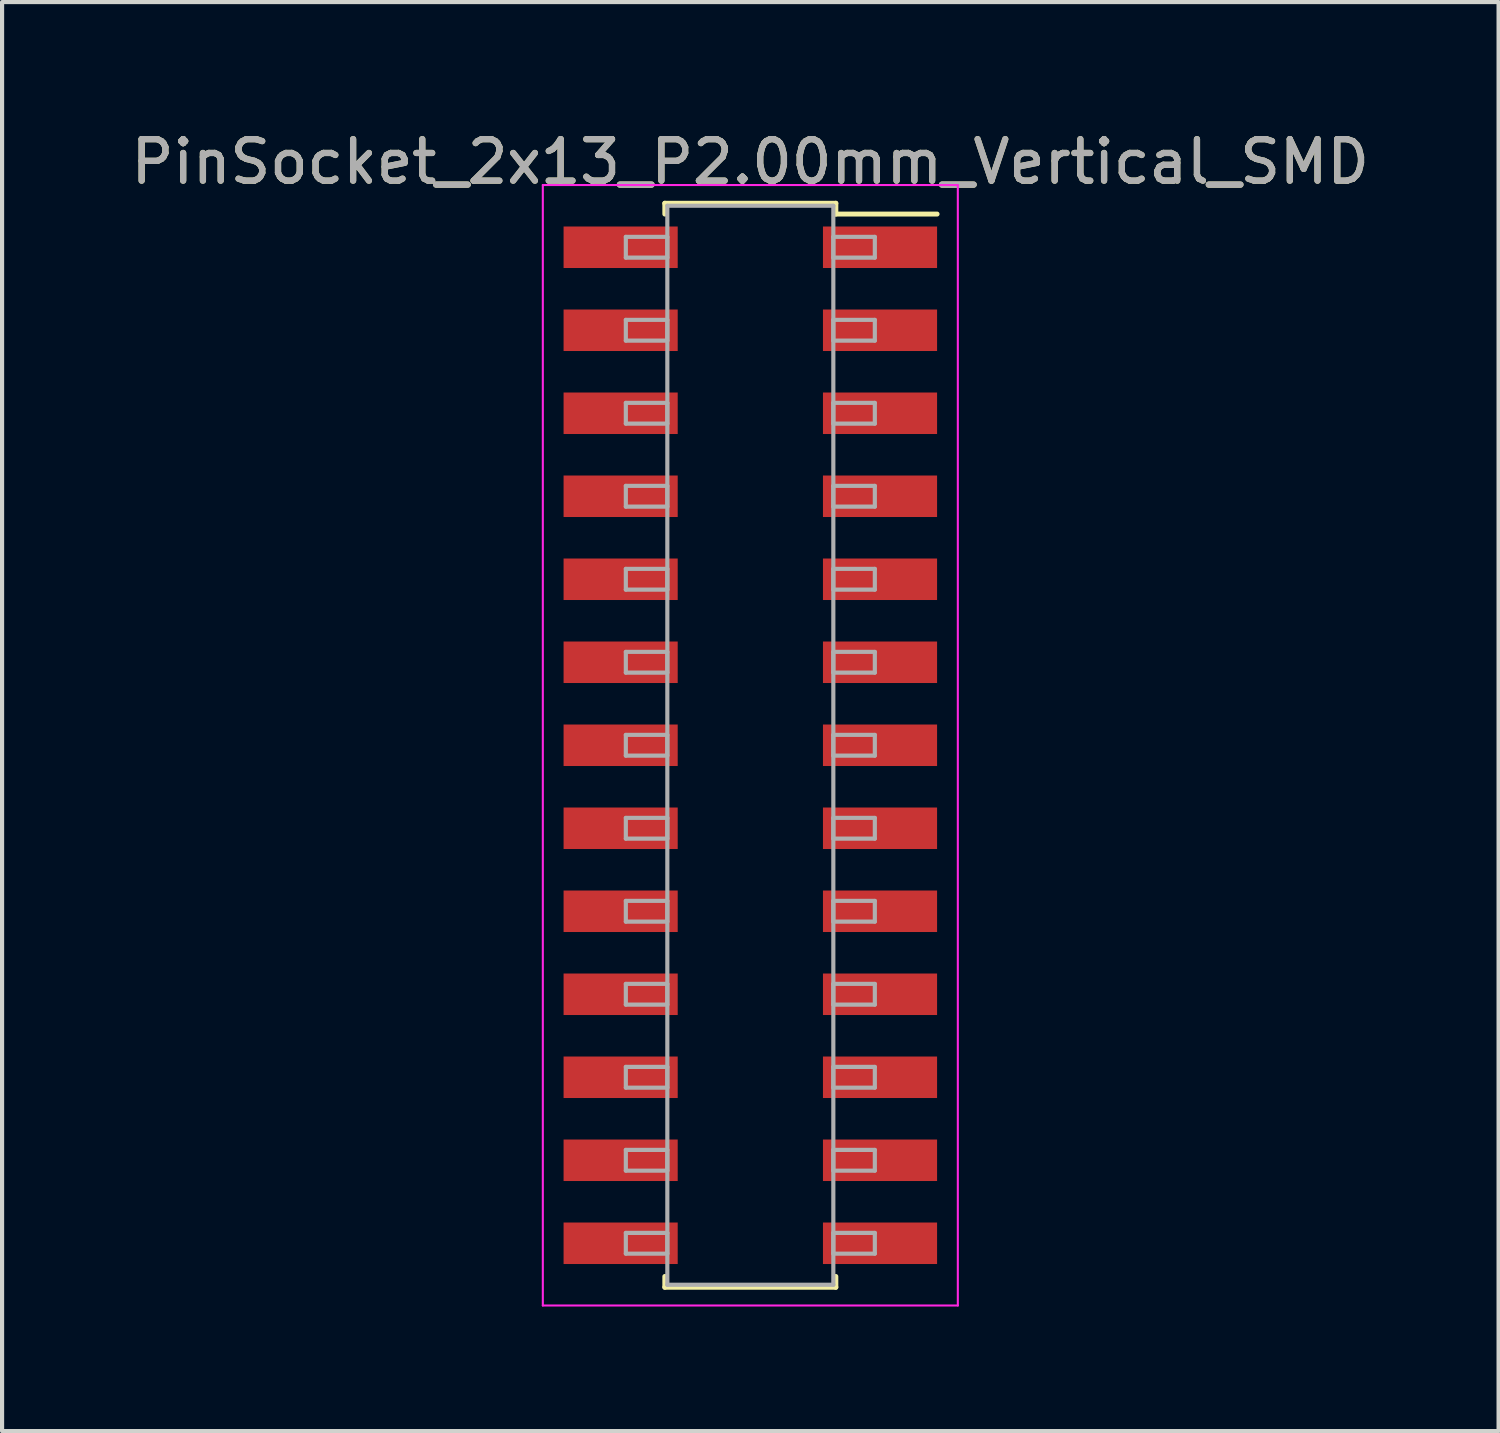
<source format=kicad_pcb>
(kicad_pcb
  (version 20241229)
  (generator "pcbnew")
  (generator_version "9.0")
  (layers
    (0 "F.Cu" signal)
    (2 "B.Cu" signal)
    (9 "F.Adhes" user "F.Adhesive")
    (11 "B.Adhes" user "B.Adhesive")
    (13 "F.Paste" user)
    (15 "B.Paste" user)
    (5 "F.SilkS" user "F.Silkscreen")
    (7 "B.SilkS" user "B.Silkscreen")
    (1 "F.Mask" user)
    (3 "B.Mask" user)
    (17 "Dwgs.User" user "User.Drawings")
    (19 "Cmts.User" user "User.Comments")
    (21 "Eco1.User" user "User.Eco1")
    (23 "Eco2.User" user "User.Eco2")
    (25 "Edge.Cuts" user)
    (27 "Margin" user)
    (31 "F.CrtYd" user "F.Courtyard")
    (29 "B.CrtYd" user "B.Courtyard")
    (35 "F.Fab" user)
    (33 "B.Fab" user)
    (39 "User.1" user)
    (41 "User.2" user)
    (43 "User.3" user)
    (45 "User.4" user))
  (footprint "PinSocket_2x13_P2.00mm_Vertical_SMD"
    (layer "F.Cu")
    (at 15.03 14.908)
    (property "Reference" "PinSocket_2x13_P2.00mm_Vertical_SMD" (at 0 -14.06 0) (layer "F.SilkS") (effects (font (size 1 1) (thickness 0.15))))
    (attr smd)
    (fp_line (start -2.06 -13.06) (end 2.06 -13.06) (stroke (width 0.12) (type solid)) (layer "F.SilkS"))
    (fp_line (start -2.06 -12.8) (end -2.06 -13.06) (stroke (width 0.12) (type solid)) (layer "F.SilkS"))
    (fp_line (start -2.06 12.8) (end -2.06 13.06) (stroke (width 0.12) (type solid)) (layer "F.SilkS"))
    (fp_line (start -2.06 13.06) (end 2.06 13.06) (stroke (width 0.12) (type solid)) (layer "F.SilkS"))
    (fp_line (start 2.06 -13.06) (end 2.06 -12.8) (stroke (width 0.12) (type solid)) (layer "F.SilkS"))
    (fp_line (start 2.06 13.06) (end 2.06 12.8) (stroke (width 0.12) (type solid)) (layer "F.SilkS"))
    (fp_line (start 4.5 -12.8) (end 2.06 -12.8) (stroke (width 0.12) (type solid)) (layer "F.SilkS"))
    (fp_line (start -5 -13.5) (end -5 13.5) (stroke (width 0.05) (type solid)) (layer "F.CrtYd"))
    (fp_line (start -5 13.5) (end 5 13.5) (stroke (width 0.05) (type solid)) (layer "F.CrtYd"))
    (fp_line (start 5 -13.5) (end -5 -13.5) (stroke (width 0.05) (type solid)) (layer "F.CrtYd"))
    (fp_line (start 5 13.5) (end 5 -13.5) (stroke (width 0.05) (type solid)) (layer "F.CrtYd"))
    (fp_line (start -3 -12.25) (end -2 -12.25) (stroke (width 0.1) (type solid)) (layer "F.Fab"))
    (fp_line (start -3 -11.75) (end -3 -12.25) (stroke (width 0.1) (type solid)) (layer "F.Fab"))
    (fp_line (start -3 -10.25) (end -2 -10.25) (stroke (width 0.1) (type solid)) (layer "F.Fab"))
    (fp_line (start -3 -9.75) (end -3 -10.25) (stroke (width 0.1) (type solid)) (layer "F.Fab"))
    (fp_line (start -3 -8.25) (end -2 -8.25) (stroke (width 0.1) (type solid)) (layer "F.Fab"))
    (fp_line (start -3 -7.75) (end -3 -8.25) (stroke (width 0.1) (type solid)) (layer "F.Fab"))
    (fp_line (start -3 -6.25) (end -2 -6.25) (stroke (width 0.1) (type solid)) (layer "F.Fab"))
    (fp_line (start -3 -5.75) (end -3 -6.25) (stroke (width 0.1) (type solid)) (layer "F.Fab"))
    (fp_line (start -3 -4.25) (end -2 -4.25) (stroke (width 0.1) (type solid)) (layer "F.Fab"))
    (fp_line (start -3 -3.75) (end -3 -4.25) (stroke (width 0.1) (type solid)) (layer "F.Fab"))
    (fp_line (start -3 -2.25) (end -2 -2.25) (stroke (width 0.1) (type solid)) (layer "F.Fab"))
    (fp_line (start -3 -1.75) (end -3 -2.25) (stroke (width 0.1) (type solid)) (layer "F.Fab"))
    (fp_line (start -3 -0.25) (end -2 -0.25) (stroke (width 0.1) (type solid)) (layer "F.Fab"))
    (fp_line (start -3 0.25) (end -3 -0.25) (stroke (width 0.1) (type solid)) (layer "F.Fab"))
    (fp_line (start -3 1.75) (end -2 1.75) (stroke (width 0.1) (type solid)) (layer "F.Fab"))
    (fp_line (start -3 2.25) (end -3 1.75) (stroke (width 0.1) (type solid)) (layer "F.Fab"))
    (fp_line (start -3 3.75) (end -2 3.75) (stroke (width 0.1) (type solid)) (layer "F.Fab"))
    (fp_line (start -3 4.25) (end -3 3.75) (stroke (width 0.1) (type solid)) (layer "F.Fab"))
    (fp_line (start -3 5.75) (end -2 5.75) (stroke (width 0.1) (type solid)) (layer "F.Fab"))
    (fp_line (start -3 6.25) (end -3 5.75) (stroke (width 0.1) (type solid)) (layer "F.Fab"))
    (fp_line (start -3 7.75) (end -2 7.75) (stroke (width 0.1) (type solid)) (layer "F.Fab"))
    (fp_line (start -3 8.25) (end -3 7.75) (stroke (width 0.1) (type solid)) (layer "F.Fab"))
    (fp_line (start -3 9.75) (end -2 9.75) (stroke (width 0.1) (type solid)) (layer "F.Fab"))
    (fp_line (start -3 10.25) (end -3 9.75) (stroke (width 0.1) (type solid)) (layer "F.Fab"))
    (fp_line (start -3 11.75) (end -2 11.75) (stroke (width 0.1) (type solid)) (layer "F.Fab"))
    (fp_line (start -3 12.25) (end -3 11.75) (stroke (width 0.1) (type solid)) (layer "F.Fab"))
    (fp_line (start -2 -13) (end -2 13) (stroke (width 0.1) (type solid)) (layer "F.Fab"))
    (fp_line (start -2 -12.25) (end -2 -11.75) (stroke (width 0.1) (type solid)) (layer "F.Fab"))
    (fp_line (start -2 -11.75) (end -3 -11.75) (stroke (width 0.1) (type solid)) (layer "F.Fab"))
    (fp_line (start -2 -10.25) (end -2 -9.75) (stroke (width 0.1) (type solid)) (layer "F.Fab"))
    (fp_line (start -2 -9.75) (end -3 -9.75) (stroke (width 0.1) (type solid)) (layer "F.Fab"))
    (fp_line (start -2 -8.25) (end -2 -7.75) (stroke (width 0.1) (type solid)) (layer "F.Fab"))
    (fp_line (start -2 -7.75) (end -3 -7.75) (stroke (width 0.1) (type solid)) (layer "F.Fab"))
    (fp_line (start -2 -6.25) (end -2 -5.75) (stroke (width 0.1) (type solid)) (layer "F.Fab"))
    (fp_line (start -2 -5.75) (end -3 -5.75) (stroke (width 0.1) (type solid)) (layer "F.Fab"))
    (fp_line (start -2 -4.25) (end -2 -3.75) (stroke (width 0.1) (type solid)) (layer "F.Fab"))
    (fp_line (start -2 -3.75) (end -3 -3.75) (stroke (width 0.1) (type solid)) (layer "F.Fab"))
    (fp_line (start -2 -2.25) (end -2 -1.75) (stroke (width 0.1) (type solid)) (layer "F.Fab"))
    (fp_line (start -2 -1.75) (end -3 -1.75) (stroke (width 0.1) (type solid)) (layer "F.Fab"))
    (fp_line (start -2 -0.25) (end -2 0.25) (stroke (width 0.1) (type solid)) (layer "F.Fab"))
    (fp_line (start -2 0.25) (end -3 0.25) (stroke (width 0.1) (type solid)) (layer "F.Fab"))
    (fp_line (start -2 1.75) (end -2 2.25) (stroke (width 0.1) (type solid)) (layer "F.Fab"))
    (fp_line (start -2 2.25) (end -3 2.25) (stroke (width 0.1) (type solid)) (layer "F.Fab"))
    (fp_line (start -2 3.75) (end -2 4.25) (stroke (width 0.1) (type solid)) (layer "F.Fab"))
    (fp_line (start -2 4.25) (end -3 4.25) (stroke (width 0.1) (type solid)) (layer "F.Fab"))
    (fp_line (start -2 5.75) (end -2 6.25) (stroke (width 0.1) (type solid)) (layer "F.Fab"))
    (fp_line (start -2 6.25) (end -3 6.25) (stroke (width 0.1) (type solid)) (layer "F.Fab"))
    (fp_line (start -2 7.75) (end -2 8.25) (stroke (width 0.1) (type solid)) (layer "F.Fab"))
    (fp_line (start -2 8.25) (end -3 8.25) (stroke (width 0.1) (type solid)) (layer "F.Fab"))
    (fp_line (start -2 9.75) (end -2 10.25) (stroke (width 0.1) (type solid)) (layer "F.Fab"))
    (fp_line (start -2 10.25) (end -3 10.25) (stroke (width 0.1) (type solid)) (layer "F.Fab"))
    (fp_line (start -2 11.75) (end -2 12.25) (stroke (width 0.1) (type solid)) (layer "F.Fab"))
    (fp_line (start -2 12.25) (end -3 12.25) (stroke (width 0.1) (type solid)) (layer "F.Fab"))
    (fp_line (start -2 13) (end 2 13) (stroke (width 0.1) (type solid)) (layer "F.Fab"))
    (fp_line (start 2 -13) (end -2 -13) (stroke (width 0.1) (type solid)) (layer "F.Fab"))
    (fp_line (start 2 -12.25) (end 2 -11.75) (stroke (width 0.1) (type solid)) (layer "F.Fab"))
    (fp_line (start 2 -11.75) (end 3 -11.75) (stroke (width 0.1) (type solid)) (layer "F.Fab"))
    (fp_line (start 2 -10.25) (end 2 -9.75) (stroke (width 0.1) (type solid)) (layer "F.Fab"))
    (fp_line (start 2 -9.75) (end 3 -9.75) (stroke (width 0.1) (type solid)) (layer "F.Fab"))
    (fp_line (start 2 -8.25) (end 2 -7.75) (stroke (width 0.1) (type solid)) (layer "F.Fab"))
    (fp_line (start 2 -7.75) (end 3 -7.75) (stroke (width 0.1) (type solid)) (layer "F.Fab"))
    (fp_line (start 2 -6.25) (end 2 -5.75) (stroke (width 0.1) (type solid)) (layer "F.Fab"))
    (fp_line (start 2 -5.75) (end 3 -5.75) (stroke (width 0.1) (type solid)) (layer "F.Fab"))
    (fp_line (start 2 -4.25) (end 2 -3.75) (stroke (width 0.1) (type solid)) (layer "F.Fab"))
    (fp_line (start 2 -3.75) (end 3 -3.75) (stroke (width 0.1) (type solid)) (layer "F.Fab"))
    (fp_line (start 2 -2.25) (end 2 -1.75) (stroke (width 0.1) (type solid)) (layer "F.Fab"))
    (fp_line (start 2 -1.75) (end 3 -1.75) (stroke (width 0.1) (type solid)) (layer "F.Fab"))
    (fp_line (start 2 -0.25) (end 2 0.25) (stroke (width 0.1) (type solid)) (layer "F.Fab"))
    (fp_line (start 2 0.25) (end 3 0.25) (stroke (width 0.1) (type solid)) (layer "F.Fab"))
    (fp_line (start 2 1.75) (end 2 2.25) (stroke (width 0.1) (type solid)) (layer "F.Fab"))
    (fp_line (start 2 2.25) (end 3 2.25) (stroke (width 0.1) (type solid)) (layer "F.Fab"))
    (fp_line (start 2 3.75) (end 2 4.25) (stroke (width 0.1) (type solid)) (layer "F.Fab"))
    (fp_line (start 2 4.25) (end 3 4.25) (stroke (width 0.1) (type solid)) (layer "F.Fab"))
    (fp_line (start 2 5.75) (end 2 6.25) (stroke (width 0.1) (type solid)) (layer "F.Fab"))
    (fp_line (start 2 6.25) (end 3 6.25) (stroke (width 0.1) (type solid)) (layer "F.Fab"))
    (fp_line (start 2 7.75) (end 2 8.25) (stroke (width 0.1) (type solid)) (layer "F.Fab"))
    (fp_line (start 2 8.25) (end 3 8.25) (stroke (width 0.1) (type solid)) (layer "F.Fab"))
    (fp_line (start 2 9.75) (end 2 10.25) (stroke (width 0.1) (type solid)) (layer "F.Fab"))
    (fp_line (start 2 10.25) (end 3 10.25) (stroke (width 0.1) (type solid)) (layer "F.Fab"))
    (fp_line (start 2 11.75) (end 2 12.25) (stroke (width 0.1) (type solid)) (layer "F.Fab"))
    (fp_line (start 2 12.25) (end 3 12.25) (stroke (width 0.1) (type solid)) (layer "F.Fab"))
    (fp_line (start 2 13) (end 2 -13) (stroke (width 0.1) (type solid)) (layer "F.Fab"))
    (fp_line (start 3 -12.25) (end 2 -12.25) (stroke (width 0.1) (type solid)) (layer "F.Fab"))
    (fp_line (start 3 -11.75) (end 3 -12.25) (stroke (width 0.1) (type solid)) (layer "F.Fab"))
    (fp_line (start 3 -10.25) (end 2 -10.25) (stroke (width 0.1) (type solid)) (layer "F.Fab"))
    (fp_line (start 3 -9.75) (end 3 -10.25) (stroke (width 0.1) (type solid)) (layer "F.Fab"))
    (fp_line (start 3 -8.25) (end 2 -8.25) (stroke (width 0.1) (type solid)) (layer "F.Fab"))
    (fp_line (start 3 -7.75) (end 3 -8.25) (stroke (width 0.1) (type solid)) (layer "F.Fab"))
    (fp_line (start 3 -6.25) (end 2 -6.25) (stroke (width 0.1) (type solid)) (layer "F.Fab"))
    (fp_line (start 3 -5.75) (end 3 -6.25) (stroke (width 0.1) (type solid)) (layer "F.Fab"))
    (fp_line (start 3 -4.25) (end 2 -4.25) (stroke (width 0.1) (type solid)) (layer "F.Fab"))
    (fp_line (start 3 -3.75) (end 3 -4.25) (stroke (width 0.1) (type solid)) (layer "F.Fab"))
    (fp_line (start 3 -2.25) (end 2 -2.25) (stroke (width 0.1) (type solid)) (layer "F.Fab"))
    (fp_line (start 3 -1.75) (end 3 -2.25) (stroke (width 0.1) (type solid)) (layer "F.Fab"))
    (fp_line (start 3 -0.25) (end 2 -0.25) (stroke (width 0.1) (type solid)) (layer "F.Fab"))
    (fp_line (start 3 0.25) (end 3 -0.25) (stroke (width 0.1) (type solid)) (layer "F.Fab"))
    (fp_line (start 3 1.75) (end 2 1.75) (stroke (width 0.1) (type solid)) (layer "F.Fab"))
    (fp_line (start 3 2.25) (end 3 1.75) (stroke (width 0.1) (type solid)) (layer "F.Fab"))
    (fp_line (start 3 3.75) (end 2 3.75) (stroke (width 0.1) (type solid)) (layer "F.Fab"))
    (fp_line (start 3 4.25) (end 3 3.75) (stroke (width 0.1) (type solid)) (layer "F.Fab"))
    (fp_line (start 3 5.75) (end 2 5.75) (stroke (width 0.1) (type solid)) (layer "F.Fab"))
    (fp_line (start 3 6.25) (end 3 5.75) (stroke (width 0.1) (type solid)) (layer "F.Fab"))
    (fp_line (start 3 7.75) (end 2 7.75) (stroke (width 0.1) (type solid)) (layer "F.Fab"))
    (fp_line (start 3 8.25) (end 3 7.75) (stroke (width 0.1) (type solid)) (layer "F.Fab"))
    (fp_line (start 3 9.75) (end 2 9.75) (stroke (width 0.1) (type solid)) (layer "F.Fab"))
    (fp_line (start 3 10.25) (end 3 9.75) (stroke (width 0.1) (type solid)) (layer "F.Fab"))
    (fp_line (start 3 11.75) (end 2 11.75) (stroke (width 0.1) (type solid)) (layer "F.Fab"))
    (fp_line (start 3 12.25) (end 3 11.75) (stroke (width 0.1) (type solid)) (layer "F.Fab"))
    (fp_text user "${REFERENCE}" (at 0 -14.06 0) (layer "F.Fab") (effects (font (size 1 1) (thickness 0.15))))
    (pad "1" smd rect (at 3.125 -12) (size 2.75 1) (layers "F.Cu" "F.Mask" "F.Paste"))
    (pad "2" smd rect (at -3.125 -12) (size 2.75 1) (layers "F.Cu" "F.Mask" "F.Paste"))
    (pad "3" smd rect (at 3.125 -10) (size 2.75 1) (layers "F.Cu" "F.Mask" "F.Paste"))
    (pad "4" smd rect (at -3.125 -10) (size 2.75 1) (layers "F.Cu" "F.Mask" "F.Paste"))
    (pad "5" smd rect (at 3.125 -8) (size 2.75 1) (layers "F.Cu" "F.Mask" "F.Paste"))
    (pad "6" smd rect (at -3.125 -8) (size 2.75 1) (layers "F.Cu" "F.Mask" "F.Paste"))
    (pad "7" smd rect (at 3.125 -6) (size 2.75 1) (layers "F.Cu" "F.Mask" "F.Paste"))
    (pad "8" smd rect (at -3.125 -6) (size 2.75 1) (layers "F.Cu" "F.Mask" "F.Paste"))
    (pad "9" smd rect (at 3.125 -4) (size 2.75 1) (layers "F.Cu" "F.Mask" "F.Paste"))
    (pad "10" smd rect (at -3.125 -4) (size 2.75 1) (layers "F.Cu" "F.Mask" "F.Paste"))
    (pad "11" smd rect (at 3.125 -2) (size 2.75 1) (layers "F.Cu" "F.Mask" "F.Paste"))
    (pad "12" smd rect (at -3.125 -2) (size 2.75 1) (layers "F.Cu" "F.Mask" "F.Paste"))
    (pad "13" smd rect (at 3.125 0) (size 2.75 1) (layers "F.Cu" "F.Mask" "F.Paste"))
    (pad "14" smd rect (at -3.125 0) (size 2.75 1) (layers "F.Cu" "F.Mask" "F.Paste"))
    (pad "15" smd rect (at 3.125 2) (size 2.75 1) (layers "F.Cu" "F.Mask" "F.Paste"))
    (pad "16" smd rect (at -3.125 2) (size 2.75 1) (layers "F.Cu" "F.Mask" "F.Paste"))
    (pad "17" smd rect (at 3.125 4) (size 2.75 1) (layers "F.Cu" "F.Mask" "F.Paste"))
    (pad "18" smd rect (at -3.125 4) (size 2.75 1) (layers "F.Cu" "F.Mask" "F.Paste"))
    (pad "19" smd rect (at 3.125 6) (size 2.75 1) (layers "F.Cu" "F.Mask" "F.Paste"))
    (pad "20" smd rect (at -3.125 6) (size 2.75 1) (layers "F.Cu" "F.Mask" "F.Paste"))
    (pad "21" smd rect (at 3.125 8) (size 2.75 1) (layers "F.Cu" "F.Mask" "F.Paste"))
    (pad "22" smd rect (at -3.125 8) (size 2.75 1) (layers "F.Cu" "F.Mask" "F.Paste"))
    (pad "23" smd rect (at 3.125 10) (size 2.75 1) (layers "F.Cu" "F.Mask" "F.Paste"))
    (pad "24" smd rect (at -3.125 10) (size 2.75 1) (layers "F.Cu" "F.Mask" "F.Paste"))
    (pad "25" smd rect (at 3.125 12) (size 2.75 1) (layers "F.Cu" "F.Mask" "F.Paste"))
    (pad "26" smd rect (at -3.125 12) (size 2.75 1) (layers "F.Cu" "F.Mask" "F.Paste")))
  (gr_rect
    (start -3 -3)
    (end 33.06 31.433)
    (stroke (width 0.1) (type default))
    (fill no)
    (layer "Edge.Cuts")))
</source>
